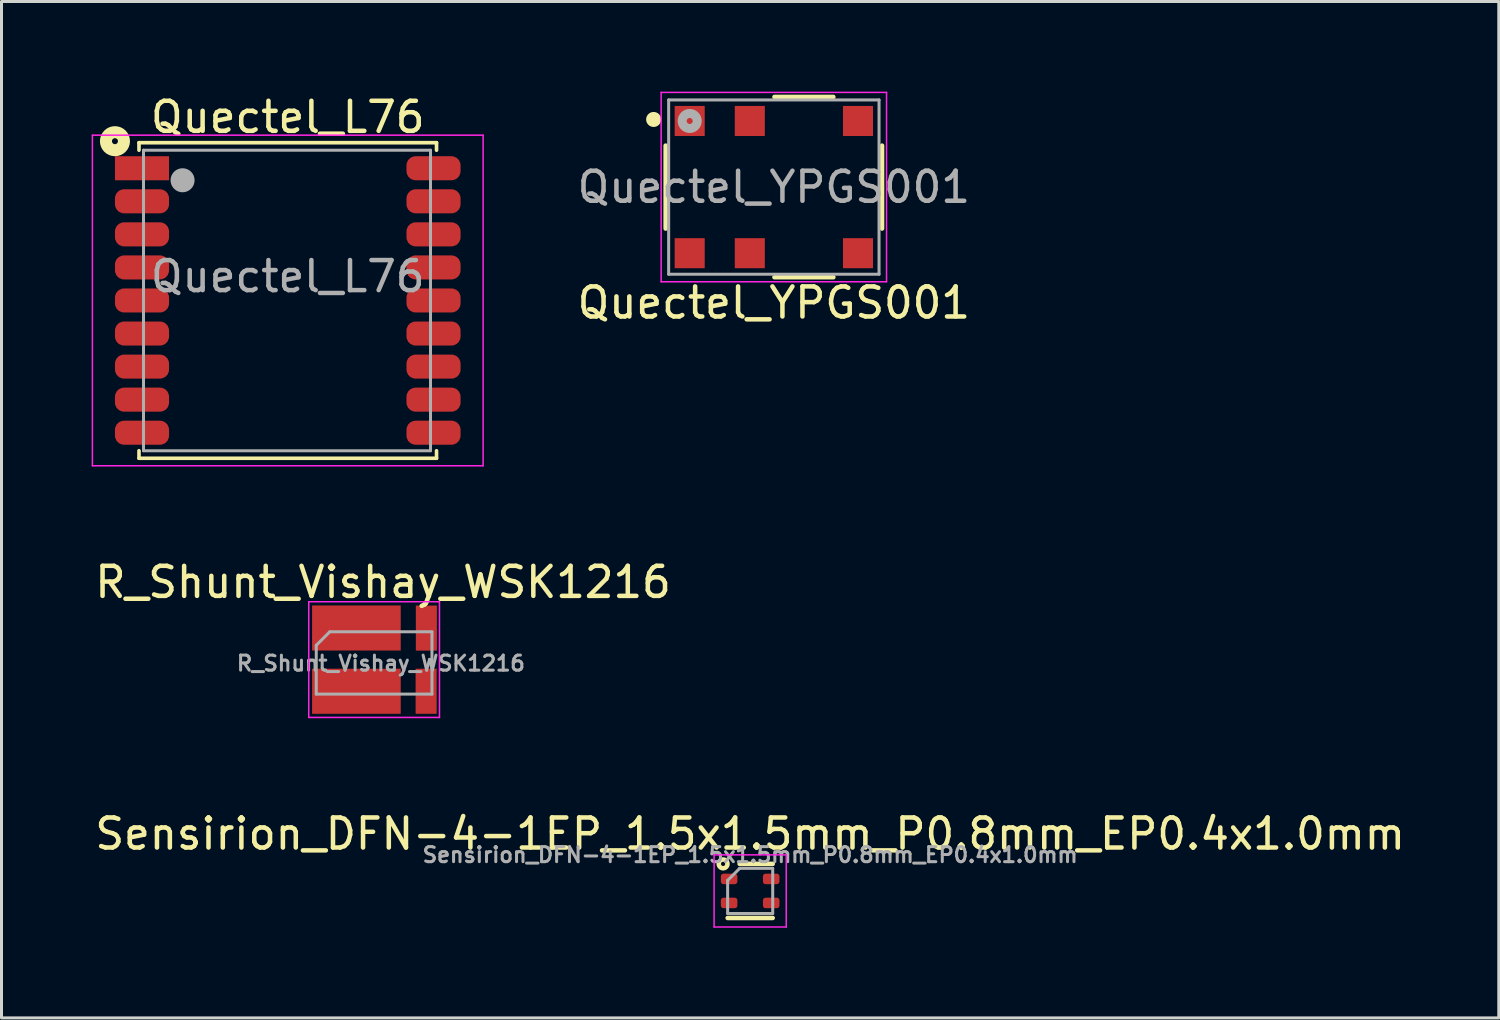
<source format=kicad_pcb>
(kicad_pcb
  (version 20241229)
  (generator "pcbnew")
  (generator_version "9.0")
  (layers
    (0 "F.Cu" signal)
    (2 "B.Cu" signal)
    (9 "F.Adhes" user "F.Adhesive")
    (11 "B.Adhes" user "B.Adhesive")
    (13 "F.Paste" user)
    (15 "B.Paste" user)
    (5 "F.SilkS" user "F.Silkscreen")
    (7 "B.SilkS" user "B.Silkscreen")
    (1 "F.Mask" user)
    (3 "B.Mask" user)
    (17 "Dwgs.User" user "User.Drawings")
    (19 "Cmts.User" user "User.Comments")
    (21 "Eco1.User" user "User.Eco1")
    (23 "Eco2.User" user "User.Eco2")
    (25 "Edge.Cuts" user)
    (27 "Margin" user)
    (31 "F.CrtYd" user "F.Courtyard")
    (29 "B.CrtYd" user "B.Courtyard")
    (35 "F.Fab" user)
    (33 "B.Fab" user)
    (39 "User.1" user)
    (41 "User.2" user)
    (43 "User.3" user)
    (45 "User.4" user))
  (footprint "Sensirion_DFN-4-1EP_1.5x1.5mm_P0.8mm_EP0.4x1.0mm"
    (layer "F.Cu")
    (at 21.911 26.595)
    (property "Reference" "Sensirion_DFN-4-1EP_1.5x1.5mm_P0.8mm_EP0.4x1.0mm" (at 0 -1.9 0) (layer "F.SilkS") (effects (font (size 1 1) (thickness 0.15))))
    (attr smd)
    (fp_line (start -0.75 0.9) (end 0.75 0.9) (stroke (width 0.15) (type solid)) (layer "F.SilkS"))
    (fp_line (start -0.35 -0.9) (end 0.75 -0.9) (stroke (width 0.15) (type solid)) (layer "F.SilkS"))
    (fp_circle (center -0.9 -0.9) (end -0.95 -0.95) (stroke (width 0.15) (type solid)) (fill no) (layer "F.SilkS"))
    (fp_line (start -1.2 -1.2) (end -1.2 1.2) (stroke (width 0.05) (type solid)) (layer "F.CrtYd"))
    (fp_line (start -1.2 1.2) (end 1.2 1.2) (stroke (width 0.05) (type solid)) (layer "F.CrtYd"))
    (fp_line (start 1.2 -1.2) (end -1.2 -1.2) (stroke (width 0.05) (type solid)) (layer "F.CrtYd"))
    (fp_line (start 1.2 1.2) (end 1.2 -1.2) (stroke (width 0.05) (type solid)) (layer "F.CrtYd"))
    (fp_line (start -0.75 -0.35) (end -0.35 -0.75) (stroke (width 0.1) (type solid)) (layer "F.Fab"))
    (fp_line (start -0.75 0.75) (end -0.75 -0.35) (stroke (width 0.1) (type solid)) (layer "F.Fab"))
    (fp_line (start -0.35 -0.75) (end 0.75 -0.75) (stroke (width 0.1) (type solid)) (layer "F.Fab"))
    (fp_line (start 0.75 -0.75) (end 0.75 0.75) (stroke (width 0.1) (type solid)) (layer "F.Fab"))
    (fp_line (start 0.75 0.75) (end -0.75 0.75) (stroke (width 0.1) (type solid)) (layer "F.Fab"))
    (fp_text user "${REFERENCE}" (at 0 -1.2 0) (layer "F.Fab") (effects (font (size 0.5 0.5) (thickness 0.1))))
    (pad "1" smd roundrect (at -0.7 -0.4) (size 0.55 0.35) (layers "F.Cu" "F.Mask" "F.Paste") (roundrect_rratio 0.25))
    (pad "2" smd roundrect (at -0.7 0.4) (size 0.55 0.35) (layers "F.Cu" "F.Mask" "F.Paste") (roundrect_rratio 0.25))
    (pad "3" smd roundrect (at 0.7 0.4) (size 0.55 0.35) (layers "F.Cu" "F.Mask" "F.Paste") (roundrect_rratio 0.25))
    (pad "4" smd roundrect (at 0.7 -0.4) (size 0.55 0.35) (layers "F.Cu" "F.Mask" "F.Paste") (roundrect_rratio 0.25)))
  (footprint "Quectel_L76"
    (layer "F.Cu")
    (at 6.525 6.948)
    (property "Reference" "Quectel_L76" (at 0 -6.1 0) (layer "F.SilkS") (effects (font (size 1 1) (thickness 0.15))))
    (attr smd)
    (fp_line (start -4.95 -5.25) (end -4.95 -5) (stroke (width 0.12) (type solid)) (layer "F.SilkS"))
    (fp_line (start -4.95 -5.25) (end 4.95 -5.25) (stroke (width 0.12) (type solid)) (layer "F.SilkS"))
    (fp_line (start -4.95 5.25) (end -4.95 5) (stroke (width 0.12) (type solid)) (layer "F.SilkS"))
    (fp_line (start 4.95 -5.25) (end 4.95 -5) (stroke (width 0.12) (type solid)) (layer "F.SilkS"))
    (fp_line (start 4.95 5.25) (end -4.95 5.25) (stroke (width 0.12) (type solid)) (layer "F.SilkS"))
    (fp_line (start 4.95 5.25) (end 4.95 5) (stroke (width 0.12) (type solid)) (layer "F.SilkS"))
    (fp_circle (center -5.75 -5.3) (end -5.65 -5.3) (stroke (width 0.4) (type solid)) (fill no) (layer "F.SilkS"))
    (fp_line (start -6.5 -5.5) (end -6.5 5.5) (stroke (width 0.05) (type solid)) (layer "F.CrtYd"))
    (fp_line (start -6.5 -5.5) (end 6.5 -5.5) (stroke (width 0.05) (type solid)) (layer "F.CrtYd"))
    (fp_line (start -6.5 5.5) (end 6.5 5.5) (stroke (width 0.05) (type solid)) (layer "F.CrtYd"))
    (fp_line (start 6.5 -5.5) (end 6.5 5.5) (stroke (width 0.05) (type solid)) (layer "F.CrtYd"))
    (fp_line (start -4.8 -5) (end -4.8 5) (stroke (width 0.1) (type solid)) (layer "F.Fab"))
    (fp_line (start -4.8 -5) (end 4.75 -5) (stroke (width 0.1) (type solid)) (layer "F.Fab"))
    (fp_line (start -4.8 5) (end 4.75 5) (stroke (width 0.1) (type solid)) (layer "F.Fab"))
    (fp_line (start 4.75 -5) (end 4.75 5) (stroke (width 0.1) (type solid)) (layer "F.Fab"))
    (fp_circle (center -3.5 -4) (end -3.3 -4) (stroke (width 0.4) (type solid)) (fill no) (layer "F.Fab"))
    (fp_text user "${REFERENCE}" (at 0 -0.8 0) (layer "F.Fab") (effects (font (size 1 1) (thickness 0.15))))
    (pad "1" smd rect (at -4.85 -4.4) (size 1.8 0.8) (layers "F.Cu" "F.Mask" "F.Paste"))
    (pad "2" smd roundrect (at -4.85 -3.3) (size 1.8 0.8) (layers "F.Cu" "F.Mask" "F.Paste") (roundrect_rratio 0.375))
    (pad "3" smd roundrect (at -4.85 -2.2) (size 1.8 0.8) (layers "F.Cu" "F.Mask" "F.Paste") (roundrect_rratio 0.375))
    (pad "4" smd roundrect (at -4.85 -1.1) (size 1.8 0.8) (layers "F.Cu" "F.Mask" "F.Paste") (roundrect_rratio 0.375))
    (pad "5" smd roundrect (at -4.85 0) (size 1.8 0.8) (layers "F.Cu" "F.Mask" "F.Paste") (roundrect_rratio 0.375))
    (pad "6" smd roundrect (at -4.85 1.1) (size 1.8 0.8) (layers "F.Cu" "F.Mask" "F.Paste") (roundrect_rratio 0.375))
    (pad "7" smd roundrect (at -4.85 2.2) (size 1.8 0.8) (layers "F.Cu" "F.Mask" "F.Paste") (roundrect_rratio 0.375))
    (pad "8" smd roundrect (at -4.85 3.3) (size 1.8 0.8) (layers "F.Cu" "F.Mask" "F.Paste") (roundrect_rratio 0.375))
    (pad "9" smd roundrect (at -4.85 4.4) (size 1.8 0.8) (layers "F.Cu" "F.Mask" "F.Paste") (roundrect_rratio 0.375))
    (pad "10" smd roundrect (at 4.85 4.4) (size 1.8 0.8) (layers "F.Cu" "F.Mask" "F.Paste") (roundrect_rratio 0.375))
    (pad "11" smd roundrect (at 4.85 3.3) (size 1.8 0.8) (layers "F.Cu" "F.Mask" "F.Paste") (roundrect_rratio 0.375))
    (pad "12" smd roundrect (at 4.85 2.2) (size 1.8 0.8) (layers "F.Cu" "F.Mask" "F.Paste") (roundrect_rratio 0.375))
    (pad "13" smd roundrect (at 4.85 1.1) (size 1.8 0.8) (layers "F.Cu" "F.Mask" "F.Paste") (roundrect_rratio 0.375))
    (pad "14" smd roundrect (at 4.85 0) (size 1.8 0.8) (layers "F.Cu" "F.Mask" "F.Paste") (roundrect_rratio 0.375))
    (pad "15" smd roundrect (at 4.85 -1.1) (size 1.8 0.8) (layers "F.Cu" "F.Mask" "F.Paste") (roundrect_rratio 0.375))
    (pad "16" smd roundrect (at 4.85 -2.2) (size 1.8 0.8) (layers "F.Cu" "F.Mask" "F.Paste") (roundrect_rratio 0.375))
    (pad "17" smd roundrect (at 4.85 -3.3) (size 1.8 0.8) (layers "F.Cu" "F.Mask" "F.Paste") (roundrect_rratio 0.375))
    (pad "18" smd roundrect (at 4.85 -4.4) (size 1.8 0.8) (layers "F.Cu" "F.Mask" "F.Paste") (roundrect_rratio 0.375)))
  (footprint "Quectel_YPGS001"
    (layer "F.Cu")
    (at 22.699 3.175)
    (property "Reference" "Quectel_YPGS001" (at 0 3.85 0) (layer "F.SilkS") (effects (font (size 1 1) (thickness 0.15))))
    (attr smd)
    (fp_line (start -3.6 1.38) (end -3.6 -1.38) (stroke (width 0.15) (type solid)) (layer "F.SilkS"))
    (fp_line (start 1.98 -3) (end 0.02 -3) (stroke (width 0.15) (type solid)) (layer "F.SilkS"))
    (fp_line (start 1.98 3) (end 0.02 3) (stroke (width 0.15) (type solid)) (layer "F.SilkS"))
    (fp_line (start 3.6 1.38) (end 3.6 -1.38) (stroke (width 0.15) (type solid)) (layer "F.SilkS"))
    (fp_circle (center -4 -2.25) (end -3.9 -2.25) (stroke (width 0.3) (type solid)) (fill yes) (layer "F.SilkS"))
    (fp_line (start -3.75 -3.15) (end 3.75 -3.15) (stroke (width 0.05) (type solid)) (layer "F.CrtYd"))
    (fp_line (start -3.75 3.15) (end -3.75 -3.15) (stroke (width 0.05) (type solid)) (layer "F.CrtYd"))
    (fp_line (start 3.75 -3.15) (end 3.75 3.15) (stroke (width 0.05) (type solid)) (layer "F.CrtYd"))
    (fp_line (start 3.75 3.15) (end -3.75 3.15) (stroke (width 0.05) (type solid)) (layer "F.CrtYd"))
    (fp_line (start -3.5 -2.9) (end -3.5 2.9) (stroke (width 0.1) (type solid)) (layer "F.Fab"))
    (fp_line (start -3.5 2.9) (end 3.5 2.9) (stroke (width 0.1) (type solid)) (layer "F.Fab"))
    (fp_line (start 3.5 -2.9) (end -3.5 -2.9) (stroke (width 0.1) (type solid)) (layer "F.Fab"))
    (fp_line (start 3.5 2.9) (end 3.5 -2.9) (stroke (width 0.1) (type solid)) (layer "F.Fab"))
    (fp_circle (center -2.8 -2.2) (end -2.7 -2.2) (stroke (width 0.3) (type solid)) (fill no) (layer "F.Fab"))
    (fp_text user "${REFERENCE}" (at 0 0 0) (layer "F.Fab") (effects (font (size 1 1) (thickness 0.15))))
    (pad "1" smd rect (at -2.8 -2.2) (size 1 1) (layers "F.Cu" "F.Mask" "F.Paste"))
    (pad "2" smd rect (at -0.8 -2.2) (size 1 1) (layers "F.Cu" "F.Mask" "F.Paste"))
    (pad "3" smd rect (at 2.8 -2.2) (size 1 1) (layers "F.Cu" "F.Mask" "F.Paste"))
    (pad "4" smd rect (at -2.8 2.2) (size 1 1) (layers "F.Cu" "F.Mask" "F.Paste"))
    (pad "5" smd rect (at -0.8 2.2) (size 1 1) (layers "F.Cu" "F.Mask" "F.Paste"))
    (pad "6" smd rect (at 2.8 2.2) (size 1 1) (layers "F.Cu" "F.Mask" "F.Paste")))
  (footprint "R_Shunt_Vishay_WSK1216"
    (layer "F.Cu")
    (at 10.523 18.922)
    (property "Reference" "R_Shunt_Vishay_WSK1216" (at -0.827 -2.6 0) (layer "F.SilkS") (effects (font (size 1 1) (thickness 0.15))))
    (attr through_hole)
    (fp_line (start -3.3 1.9) (end -3.3 -1.95) (stroke (width 0.05) (type solid)) (layer "F.CrtYd"))
    (fp_line (start -3.3 1.9) (end 1.05 1.9) (stroke (width 0.05) (type solid)) (layer "F.CrtYd"))
    (fp_line (start 1.05 -1.95) (end -3.3 -1.95) (stroke (width 0.05) (type solid)) (layer "F.CrtYd"))
    (fp_line (start 1.05 -1.95) (end 1.05 1.9) (stroke (width 0.05) (type solid)) (layer "F.CrtYd"))
    (fp_line (start -3.05 -0.5) (end -2.6 -0.95) (stroke (width 0.1) (type solid)) (layer "F.Fab"))
    (fp_line (start -3.05 1.124) (end -3.05 -0.5) (stroke (width 0.1) (type solid)) (layer "F.Fab"))
    (fp_line (start -3.05 1.124) (end 0.8 1.124) (stroke (width 0.1) (type solid)) (layer "F.Fab"))
    (fp_line (start 0.8 -0.95) (end -2.6 -0.95) (stroke (width 0.1) (type solid)) (layer "F.Fab"))
    (fp_line (start 0.8 1.124) (end 0.8 -0.95) (stroke (width 0.1) (type solid)) (layer "F.Fab"))
    (fp_text user "${REFERENCE}" (at -0.9 0.1 0) (layer "F.Fab") (effects (font (size 0.5 0.5) (thickness 0.1))))
    (pad "1" smd rect (at -1.714 -1.076) (size 2.95 1.5) (layers "F.Cu" "F.Mask" "F.Paste"))
    (pad "2" smd rect (at 0.614 -1.073) (size 0.7 1.5) (layers "F.Cu" "F.Mask" "F.Paste"))
    (pad "3" smd rect (at 0.606 1.029) (size 0.7 1.5) (layers "F.Cu" "F.Mask" "F.Paste"))
    (pad "4" smd rect (at -1.714 1.029) (size 2.95 1.5) (layers "F.Cu" "F.Mask" "F.Paste")))
  (gr_rect
    (start -3 -3)
    (end 46.821 30.82)
    (stroke (width 0.1) (type default))
    (fill no)
    (layer "Edge.Cuts")))
</source>
